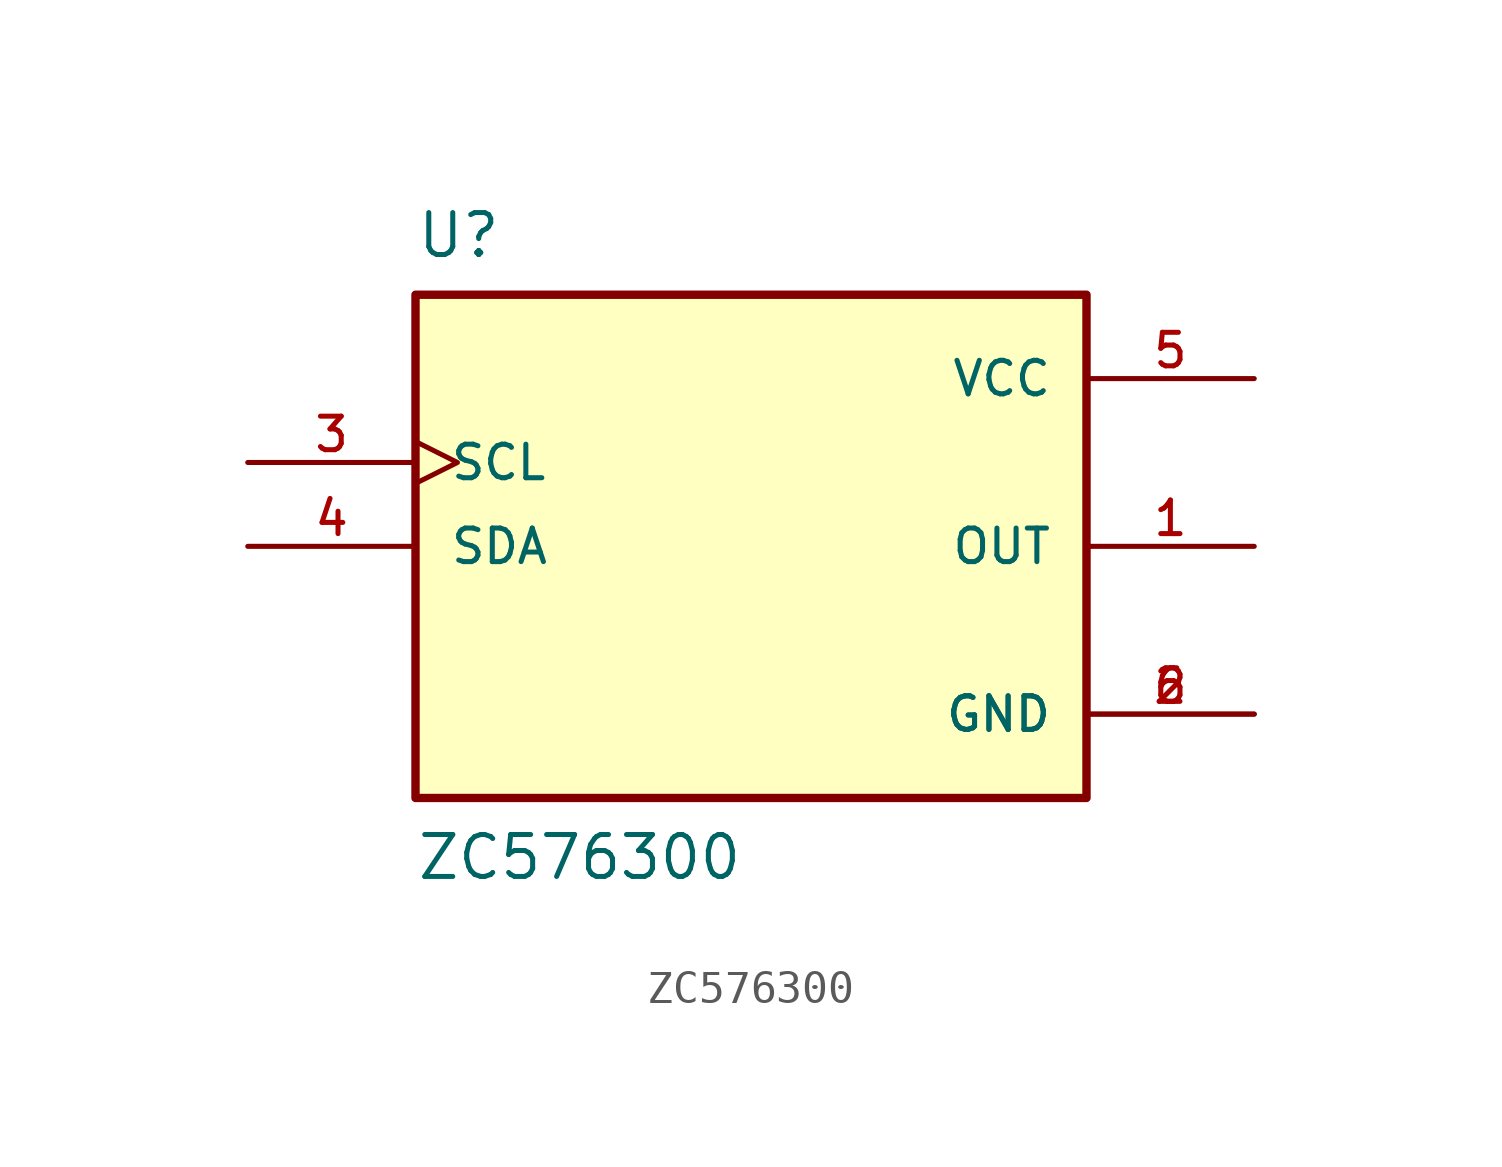
<source format=kicad_sym>
(kicad_symbol_lib
  (version 20211014)
  (generator kicad_symbol_editor)
  (symbol "ZC576300"
    (pin_names
      (offset 1.016))
    (property "Reference" "U"
      (at -10.16 10.16 0)
      (effects (font (size 1.27 1.27)) (justify top left)))
    (property "Value" "ZC576300"
      (at -10.16 -10.16 0)
      (effects (font (size 1.27 1.27)) (justify bottom left)))
    (symbol "ZC576300_0_0"
      (rectangle (start -10.16 -7.62) (end 10.16 7.62) (stroke (width 0.254)) (fill (type background)))
      (pin output line (at 15.24 0.0 180.0) (length 5.08) (name "OUT" (effects (font (size 1.016 1.016)))) (number "1" (effects (font (size 1.016 1.016)))))
      (pin power_in line (at 15.24 5.08 180.0) (length 5.08) (name "VCC" (effects (font (size 1.016 1.016)))) (number "5" (effects (font (size 1.016 1.016)))))
      (pin power_in line (at 15.24 -5.08 180.0) (length 5.08) (name "GND" (effects (font (size 1.016 1.016)))) (number "2" (effects (font (size 1.016 1.016)))))
      (pin power_in line (at 15.24 -5.08 180.0) (length 5.08) (name "GND" (effects (font (size 1.016 1.016)))) (number "6" (effects (font (size 1.016 1.016)))))
      (pin input clock (at -15.24 2.54 0) (length 5.08) (name "SCL" (effects (font (size 1.016 1.016)))) (number "3" (effects (font (size 1.016 1.016)))))
      (pin bidirectional line (at -15.24 0.0 0) (length 5.08) (name "SDA" (effects (font (size 1.016 1.016)))) (number "4" (effects (font (size 1.016 1.016))))))))
</source>
